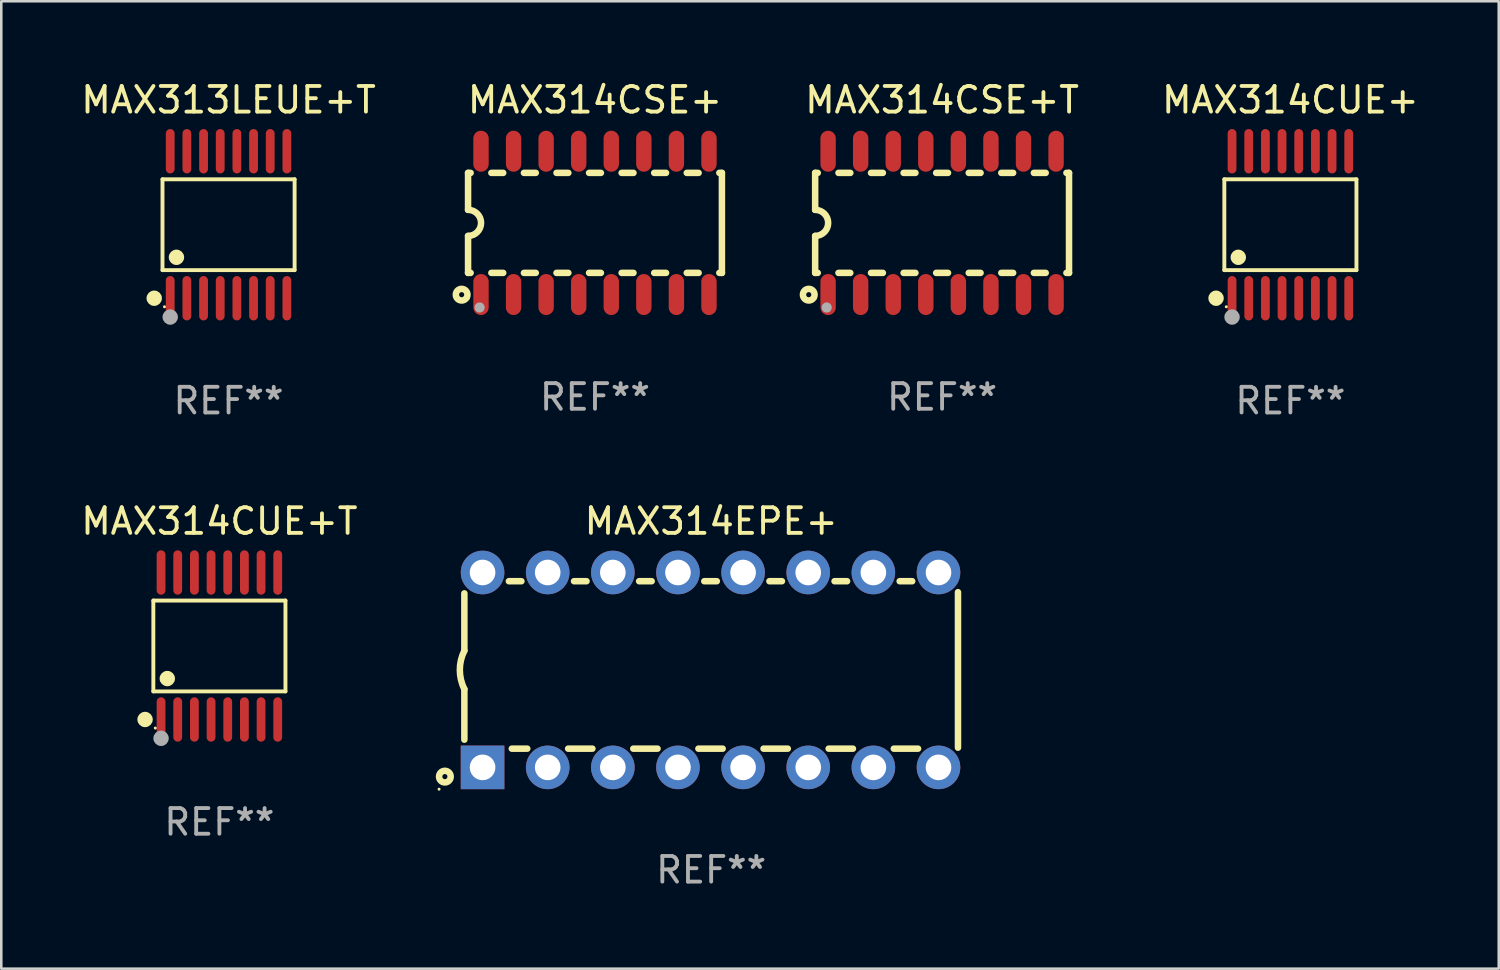
<source format=kicad_pcb>
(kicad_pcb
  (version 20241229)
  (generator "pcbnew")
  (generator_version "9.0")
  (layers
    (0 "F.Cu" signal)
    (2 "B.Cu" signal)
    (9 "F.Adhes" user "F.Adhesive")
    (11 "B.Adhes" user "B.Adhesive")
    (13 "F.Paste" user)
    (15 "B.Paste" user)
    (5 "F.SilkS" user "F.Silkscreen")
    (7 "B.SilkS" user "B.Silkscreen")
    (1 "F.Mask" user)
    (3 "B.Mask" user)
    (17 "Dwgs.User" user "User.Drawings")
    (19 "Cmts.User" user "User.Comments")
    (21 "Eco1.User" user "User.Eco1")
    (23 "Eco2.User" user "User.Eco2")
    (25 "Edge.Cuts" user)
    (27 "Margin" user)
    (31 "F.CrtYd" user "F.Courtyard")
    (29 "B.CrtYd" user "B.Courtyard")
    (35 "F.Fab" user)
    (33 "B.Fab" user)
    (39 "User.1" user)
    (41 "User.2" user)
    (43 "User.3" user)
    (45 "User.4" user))
  (footprint "MAX314CSE+T"
    (layer "F.Cu")
    (at 33.689 5.642)
    (property "Reference" "MAX314CSE+T" (at 0 -4.794 0) (layer "F.SilkS") (effects (font (size 1 1) (thickness 0.15))))
    (attr through_hole)
    (fp_line (start -4.95 -1.95) (end -4.95 -0.508) (stroke (width 0.254) (type solid)) (layer "F.SilkS"))
    (fp_line (start -4.95 -1.95) (end -4.849 -1.95) (stroke (width 0.254) (type solid)) (layer "F.SilkS"))
    (fp_line (start -4.95 1.95) (end -4.95 0.508) (stroke (width 0.254) (type solid)) (layer "F.SilkS"))
    (fp_line (start -4.95 1.95) (end -4.849 1.95) (stroke (width 0.254) (type solid)) (layer "F.SilkS"))
    (fp_line (start -4.041 -1.95) (end -3.579 -1.95) (stroke (width 0.254) (type solid)) (layer "F.SilkS"))
    (fp_line (start -4.041 1.95) (end -3.579 1.95) (stroke (width 0.254) (type solid)) (layer "F.SilkS"))
    (fp_line (start -2.771 -1.95) (end -2.309 -1.95) (stroke (width 0.254) (type solid)) (layer "F.SilkS"))
    (fp_line (start -2.771 1.95) (end -2.309 1.95) (stroke (width 0.254) (type solid)) (layer "F.SilkS"))
    (fp_line (start -1.501 -1.95) (end -1.039 -1.95) (stroke (width 0.254) (type solid)) (layer "F.SilkS"))
    (fp_line (start -1.501 1.95) (end -1.039 1.95) (stroke (width 0.254) (type solid)) (layer "F.SilkS"))
    (fp_line (start -0.231 -1.95) (end 0.231 -1.95) (stroke (width 0.254) (type solid)) (layer "F.SilkS"))
    (fp_line (start -0.231 1.95) (end 0.231 1.95) (stroke (width 0.254) (type solid)) (layer "F.SilkS"))
    (fp_line (start 1.039 -1.95) (end 1.501 -1.95) (stroke (width 0.254) (type solid)) (layer "F.SilkS"))
    (fp_line (start 1.039 1.95) (end 1.501 1.95) (stroke (width 0.254) (type solid)) (layer "F.SilkS"))
    (fp_line (start 2.309 -1.95) (end 2.771 -1.95) (stroke (width 0.254) (type solid)) (layer "F.SilkS"))
    (fp_line (start 2.309 1.95) (end 2.771 1.95) (stroke (width 0.254) (type solid)) (layer "F.SilkS"))
    (fp_line (start 3.579 -1.95) (end 4.041 -1.95) (stroke (width 0.254) (type solid)) (layer "F.SilkS"))
    (fp_line (start 3.579 1.95) (end 4.041 1.95) (stroke (width 0.254) (type solid)) (layer "F.SilkS"))
    (fp_line (start 4.849 -1.95) (end 4.95 -1.95) (stroke (width 0.254) (type solid)) (layer "F.SilkS"))
    (fp_line (start 4.849 1.95) (end 4.95 1.95) (stroke (width 0.254) (type solid)) (layer "F.SilkS"))
    (fp_line (start 4.95 -1.95) (end 4.95 1.95) (stroke (width 0.254) (type solid)) (layer "F.SilkS"))
    (fp_arc (start -4.95047 -0.508001) (mid -4.442469 -0.000228) (end -4.950013 0.508001) (stroke (width 0.254001) (type solid)) (layer "F.SilkS"))
    (fp_circle (center -5.2 2.8) (end -5.1 2.8) (stroke (width 0.254) (type solid)) (fill no) (layer "F.SilkS"))
    (fp_circle (center -4.95 2.947) (end -4.92 2.947) (stroke (width 0.06) (type solid)) (fill no) (layer "F.SilkS"))
    (fp_circle (center -4.5 3.3) (end -4.4 3.3) (stroke (width 0.2) (type solid)) (fill no) (layer "F.Fab"))
    (fp_text user "REF**" (at 0 6.794 0) (layer "F.Fab") (effects (font (size 1 1) (thickness 0.15))))
    (pad "1" smd oval (at -4.445 2.794) (size 0.6 1.6) (layers "F.Cu" "F.Mask" "F.Paste"))
    (pad "2" smd oval (at -3.175 2.794) (size 0.6 1.6) (layers "F.Cu" "F.Mask" "F.Paste"))
    (pad "3" smd oval (at -1.905 2.794) (size 0.6 1.6) (layers "F.Cu" "F.Mask" "F.Paste"))
    (pad "4" smd oval (at -0.635 2.794) (size 0.6 1.6) (layers "F.Cu" "F.Mask" "F.Paste"))
    (pad "5" smd oval (at 0.635 2.794) (size 0.6 1.6) (layers "F.Cu" "F.Mask" "F.Paste"))
    (pad "6" smd oval (at 1.905 2.794) (size 0.6 1.6) (layers "F.Cu" "F.Mask" "F.Paste"))
    (pad "7" smd oval (at 3.175 2.794) (size 0.6 1.6) (layers "F.Cu" "F.Mask" "F.Paste"))
    (pad "8" smd oval (at 4.445 2.794) (size 0.6 1.6) (layers "F.Cu" "F.Mask" "F.Paste"))
    (pad "9" smd oval (at 4.445 -2.794) (size 0.6 1.6) (layers "F.Cu" "F.Mask" "F.Paste"))
    (pad "10" smd oval (at 3.175 -2.794) (size 0.6 1.6) (layers "F.Cu" "F.Mask" "F.Paste"))
    (pad "11" smd oval (at 1.905 -2.794) (size 0.6 1.6) (layers "F.Cu" "F.Mask" "F.Paste"))
    (pad "12" smd oval (at 0.635 -2.794) (size 0.6 1.6) (layers "F.Cu" "F.Mask" "F.Paste"))
    (pad "13" smd oval (at -0.635 -2.794) (size 0.6 1.6) (layers "F.Cu" "F.Mask" "F.Paste"))
    (pad "14" smd oval (at -1.905 -2.794) (size 0.6 1.6) (layers "F.Cu" "F.Mask" "F.Paste"))
    (pad "15" smd oval (at -3.175 -2.794) (size 0.6 1.6) (layers "F.Cu" "F.Mask" "F.Paste"))
    (pad "16" smd oval (at -4.445 -2.794) (size 0.6 1.6) (layers "F.Cu" "F.Mask" "F.Paste")))
  (footprint "MAX314EPE+"
    (layer "F.Cu")
    (at 24.684 23.076)
    (property "Reference" "MAX314EPE+" (at 0 -5.8 0) (layer "F.SilkS") (effects (font (size 1 1) (thickness 0.15))))
    (attr through_hole)
    (fp_line (start -9.625 -0.75) (end -9.625 -2.986) (stroke (width 0.254) (type solid)) (layer "F.SilkS"))
    (fp_line (start -9.625 0.749) (end -9.625 2.719) (stroke (width 0.254) (type solid)) (layer "F.SilkS"))
    (fp_line (start -7.889 -3.46) (end -7.401 -3.46) (stroke (width 0.254) (type solid)) (layer "F.SilkS"))
    (fp_line (start -7.775 3.07) (end -7.172 3.07) (stroke (width 0.254) (type solid)) (layer "F.SilkS"))
    (fp_line (start -5.578 3.07) (end -4.632 3.07) (stroke (width 0.254) (type solid)) (layer "F.SilkS"))
    (fp_line (start -5.349 -3.46) (end -4.861 -3.46) (stroke (width 0.254) (type solid)) (layer "F.SilkS"))
    (fp_line (start -3.038 3.07) (end -2.092 3.07) (stroke (width 0.254) (type solid)) (layer "F.SilkS"))
    (fp_line (start -2.809 -3.46) (end -2.321 -3.46) (stroke (width 0.254) (type solid)) (layer "F.SilkS"))
    (fp_line (start -0.498 3.07) (end 0.448 3.07) (stroke (width 0.254) (type solid)) (layer "F.SilkS"))
    (fp_line (start -0.269 -3.46) (end 0.219 -3.46) (stroke (width 0.254) (type solid)) (layer "F.SilkS"))
    (fp_line (start 2.042 3.07) (end 2.988 3.07) (stroke (width 0.254) (type solid)) (layer "F.SilkS"))
    (fp_line (start 2.271 -3.46) (end 2.759 -3.46) (stroke (width 0.254) (type solid)) (layer "F.SilkS"))
    (fp_line (start 4.582 3.07) (end 5.528 3.07) (stroke (width 0.254) (type solid)) (layer "F.SilkS"))
    (fp_line (start 4.811 -3.46) (end 5.299 -3.46) (stroke (width 0.254) (type solid)) (layer "F.SilkS"))
    (fp_line (start 7.122 3.07) (end 8.068 3.07) (stroke (width 0.254) (type solid)) (layer "F.SilkS"))
    (fp_line (start 7.351 -3.46) (end 7.839 -3.46) (stroke (width 0.254) (type solid)) (layer "F.SilkS"))
    (fp_line (start 9.625 3.032) (end 9.625 -3.032) (stroke (width 0.254) (type solid)) (layer "F.SilkS"))
    (fp_arc (start -9.624993 0.748819) (mid -9.801912 -0.000581) (end -9.625019 -0.749987) (stroke (width 0.254001) (type solid)) (layer "F.SilkS"))
    (fp_circle (center -10.612 4.65) (end -10.582 4.65) (stroke (width 0.06) (type solid)) (fill no) (layer "F.SilkS"))
    (fp_circle (center -10.385 4.16) (end -10.285 4.16) (stroke (width 0.254) (type solid)) (fill no) (layer "F.SilkS"))
    (fp_text user "REF**" (at 0 7.8 0) (layer "F.Fab") (effects (font (size 1 1) (thickness 0.15))))
    (pad "1" thru_hole rect (at -8.915 3.8 90) (size 1.7 1.7) (drill 1) (layers "*.Cu" "*.Mask"))
    (pad "2" thru_hole circle (at -6.375 3.8) (size 1.7 1.7) (drill 1) (layers "*.Cu" "*.Mask"))
    (pad "3" thru_hole circle (at -3.835 3.8) (size 1.7 1.7) (drill 1) (layers "*.Cu" "*.Mask"))
    (pad "4" thru_hole circle (at -1.295 3.8) (size 1.7 1.7) (drill 1) (layers "*.Cu" "*.Mask"))
    (pad "5" thru_hole circle (at 1.245 3.8) (size 1.7 1.7) (drill 1) (layers "*.Cu" "*.Mask"))
    (pad "6" thru_hole circle (at 3.785 3.8) (size 1.7 1.7) (drill 1) (layers "*.Cu" "*.Mask"))
    (pad "7" thru_hole circle (at 6.325 3.8) (size 1.7 1.7) (drill 1) (layers "*.Cu" "*.Mask"))
    (pad "8" thru_hole circle (at 8.865 3.8) (size 1.7 1.7) (drill 1) (layers "*.Cu" "*.Mask"))
    (pad "9" thru_hole circle (at 8.865 -3.8) (size 1.7 1.7) (drill 1) (layers "*.Cu" "*.Mask"))
    (pad "10" thru_hole circle (at 6.325 -3.8) (size 1.7 1.7) (drill 1) (layers "*.Cu" "*.Mask"))
    (pad "11" thru_hole circle (at 3.785 -3.8) (size 1.7 1.7) (drill 1) (layers "*.Cu" "*.Mask"))
    (pad "12" thru_hole circle (at 1.245 -3.8) (size 1.7 1.7) (drill 1) (layers "*.Cu" "*.Mask"))
    (pad "13" thru_hole circle (at -1.295 -3.8) (size 1.7 1.7) (drill 1) (layers "*.Cu" "*.Mask"))
    (pad "14" thru_hole circle (at -3.835 -3.8) (size 1.7 1.7) (drill 1) (layers "*.Cu" "*.Mask"))
    (pad "15" thru_hole circle (at -6.375 -3.8) (size 1.7 1.7) (drill 1) (layers "*.Cu" "*.Mask"))
    (pad "16" thru_hole circle (at -8.915 -3.8) (size 1.7 1.7) (drill 1) (layers "*.Cu" "*.Mask")))
  (footprint "MAX314CSE+"
    (layer "F.Cu")
    (at 20.153 5.642)
    (property "Reference" "MAX314CSE+" (at 0 -4.794 0) (layer "F.SilkS") (effects (font (size 1 1) (thickness 0.15))))
    (attr through_hole)
    (fp_line (start -4.95 -1.95) (end -4.95 -0.508) (stroke (width 0.254) (type solid)) (layer "F.SilkS"))
    (fp_line (start -4.95 -1.95) (end -4.849 -1.95) (stroke (width 0.254) (type solid)) (layer "F.SilkS"))
    (fp_line (start -4.95 1.95) (end -4.95 0.508) (stroke (width 0.254) (type solid)) (layer "F.SilkS"))
    (fp_line (start -4.95 1.95) (end -4.849 1.95) (stroke (width 0.254) (type solid)) (layer "F.SilkS"))
    (fp_line (start -4.041 -1.95) (end -3.579 -1.95) (stroke (width 0.254) (type solid)) (layer "F.SilkS"))
    (fp_line (start -4.041 1.95) (end -3.579 1.95) (stroke (width 0.254) (type solid)) (layer "F.SilkS"))
    (fp_line (start -2.771 -1.95) (end -2.309 -1.95) (stroke (width 0.254) (type solid)) (layer "F.SilkS"))
    (fp_line (start -2.771 1.95) (end -2.309 1.95) (stroke (width 0.254) (type solid)) (layer "F.SilkS"))
    (fp_line (start -1.501 -1.95) (end -1.039 -1.95) (stroke (width 0.254) (type solid)) (layer "F.SilkS"))
    (fp_line (start -1.501 1.95) (end -1.039 1.95) (stroke (width 0.254) (type solid)) (layer "F.SilkS"))
    (fp_line (start -0.231 -1.95) (end 0.231 -1.95) (stroke (width 0.254) (type solid)) (layer "F.SilkS"))
    (fp_line (start -0.231 1.95) (end 0.231 1.95) (stroke (width 0.254) (type solid)) (layer "F.SilkS"))
    (fp_line (start 1.039 -1.95) (end 1.501 -1.95) (stroke (width 0.254) (type solid)) (layer "F.SilkS"))
    (fp_line (start 1.039 1.95) (end 1.501 1.95) (stroke (width 0.254) (type solid)) (layer "F.SilkS"))
    (fp_line (start 2.309 -1.95) (end 2.771 -1.95) (stroke (width 0.254) (type solid)) (layer "F.SilkS"))
    (fp_line (start 2.309 1.95) (end 2.771 1.95) (stroke (width 0.254) (type solid)) (layer "F.SilkS"))
    (fp_line (start 3.579 -1.95) (end 4.041 -1.95) (stroke (width 0.254) (type solid)) (layer "F.SilkS"))
    (fp_line (start 3.579 1.95) (end 4.041 1.95) (stroke (width 0.254) (type solid)) (layer "F.SilkS"))
    (fp_line (start 4.849 -1.95) (end 4.95 -1.95) (stroke (width 0.254) (type solid)) (layer "F.SilkS"))
    (fp_line (start 4.849 1.95) (end 4.95 1.95) (stroke (width 0.254) (type solid)) (layer "F.SilkS"))
    (fp_line (start 4.95 -1.95) (end 4.95 1.95) (stroke (width 0.254) (type solid)) (layer "F.SilkS"))
    (fp_arc (start -4.95047 -0.508001) (mid -4.442469 -0.000228) (end -4.950013 0.508001) (stroke (width 0.254001) (type solid)) (layer "F.SilkS"))
    (fp_circle (center -5.2 2.8) (end -5.1 2.8) (stroke (width 0.254) (type solid)) (fill no) (layer "F.SilkS"))
    (fp_circle (center -4.95 2.947) (end -4.92 2.947) (stroke (width 0.06) (type solid)) (fill no) (layer "F.SilkS"))
    (fp_circle (center -4.5 3.3) (end -4.4 3.3) (stroke (width 0.2) (type solid)) (fill no) (layer "F.Fab"))
    (fp_text user "REF**" (at 0 6.794 0) (layer "F.Fab") (effects (font (size 1 1) (thickness 0.15))))
    (pad "1" smd oval (at -4.445 2.794) (size 0.6 1.6) (layers "F.Cu" "F.Mask" "F.Paste"))
    (pad "2" smd oval (at -3.175 2.794) (size 0.6 1.6) (layers "F.Cu" "F.Mask" "F.Paste"))
    (pad "3" smd oval (at -1.905 2.794) (size 0.6 1.6) (layers "F.Cu" "F.Mask" "F.Paste"))
    (pad "4" smd oval (at -0.635 2.794) (size 0.6 1.6) (layers "F.Cu" "F.Mask" "F.Paste"))
    (pad "5" smd oval (at 0.635 2.794) (size 0.6 1.6) (layers "F.Cu" "F.Mask" "F.Paste"))
    (pad "6" smd oval (at 1.905 2.794) (size 0.6 1.6) (layers "F.Cu" "F.Mask" "F.Paste"))
    (pad "7" smd oval (at 3.175 2.794) (size 0.6 1.6) (layers "F.Cu" "F.Mask" "F.Paste"))
    (pad "8" smd oval (at 4.445 2.794) (size 0.6 1.6) (layers "F.Cu" "F.Mask" "F.Paste"))
    (pad "9" smd oval (at 4.445 -2.794) (size 0.6 1.6) (layers "F.Cu" "F.Mask" "F.Paste"))
    (pad "10" smd oval (at 3.175 -2.794) (size 0.6 1.6) (layers "F.Cu" "F.Mask" "F.Paste"))
    (pad "11" smd oval (at 1.905 -2.794) (size 0.6 1.6) (layers "F.Cu" "F.Mask" "F.Paste"))
    (pad "12" smd oval (at 0.635 -2.794) (size 0.6 1.6) (layers "F.Cu" "F.Mask" "F.Paste"))
    (pad "13" smd oval (at -0.635 -2.794) (size 0.6 1.6) (layers "F.Cu" "F.Mask" "F.Paste"))
    (pad "14" smd oval (at -1.905 -2.794) (size 0.6 1.6) (layers "F.Cu" "F.Mask" "F.Paste"))
    (pad "15" smd oval (at -3.175 -2.794) (size 0.6 1.6) (layers "F.Cu" "F.Mask" "F.Paste"))
    (pad "16" smd oval (at -4.445 -2.794) (size 0.6 1.6) (layers "F.Cu" "F.Mask" "F.Paste")))
  (footprint "MAX313LEUE+T"
    (layer "F.Cu")
    (at 5.863 5.714)
    (property "Reference" "MAX313LEUE+T" (at 0 -4.866 0) (layer "F.SilkS") (effects (font (size 1 1) (thickness 0.15))))
    (attr through_hole)
    (fp_line (start -2.576 -1.772) (end 2.576 -1.772) (stroke (width 0.152) (type solid)) (layer "F.SilkS"))
    (fp_line (start -2.576 1.771) (end -2.576 -1.772) (stroke (width 0.152) (type solid)) (layer "F.SilkS"))
    (fp_line (start 2.576 -1.772) (end 2.576 1.771) (stroke (width 0.152) (type solid)) (layer "F.SilkS"))
    (fp_line (start 2.576 1.771) (end -2.576 1.771) (stroke (width 0.152) (type solid)) (layer "F.SilkS"))
    (fp_circle (center -2.899 2.866) (end -2.749 2.866) (stroke (width 0.3) (type solid)) (fill no) (layer "F.SilkS"))
    (fp_circle (center -2.5 3.2) (end -2.47 3.2) (stroke (width 0.06) (type solid)) (fill no) (layer "F.SilkS"))
    (fp_circle (center -2.032 1.27) (end -1.882 1.27) (stroke (width 0.3) (type solid)) (fill no) (layer "F.SilkS"))
    (fp_circle (center -2.275 3.6) (end -2.125 3.6) (stroke (width 0.3) (type solid)) (fill no) (layer "F.Fab"))
    (fp_text user "REF**" (at 0 6.866 0) (layer "F.Fab") (effects (font (size 1 1) (thickness 0.15))))
    (pad "1" smd oval (at -2.275 2.866) (size 0.343 1.731) (layers "F.Cu" "F.Mask" "F.Paste"))
    (pad "2" smd oval (at -1.625 2.866) (size 0.343 1.731) (layers "F.Cu" "F.Mask" "F.Paste"))
    (pad "3" smd oval (at -0.975 2.866) (size 0.343 1.731) (layers "F.Cu" "F.Mask" "F.Paste"))
    (pad "4" smd oval (at -0.325 2.866) (size 0.343 1.731) (layers "F.Cu" "F.Mask" "F.Paste"))
    (pad "5" smd oval (at 0.325 2.866) (size 0.343 1.731) (layers "F.Cu" "F.Mask" "F.Paste"))
    (pad "6" smd oval (at 0.975 2.866) (size 0.343 1.731) (layers "F.Cu" "F.Mask" "F.Paste"))
    (pad "7" smd oval (at 1.625 2.866) (size 0.343 1.731) (layers "F.Cu" "F.Mask" "F.Paste"))
    (pad "8" smd oval (at 2.275 2.866) (size 0.343 1.731) (layers "F.Cu" "F.Mask" "F.Paste"))
    (pad "9" smd oval (at 2.275 -2.866) (size 0.343 1.731) (layers "F.Cu" "F.Mask" "F.Paste"))
    (pad "10" smd oval (at 1.625 -2.866) (size 0.343 1.731) (layers "F.Cu" "F.Mask" "F.Paste"))
    (pad "11" smd oval (at 0.975 -2.866) (size 0.343 1.731) (layers "F.Cu" "F.Mask" "F.Paste"))
    (pad "12" smd oval (at 0.325 -2.866) (size 0.343 1.731) (layers "F.Cu" "F.Mask" "F.Paste"))
    (pad "13" smd oval (at -0.325 -2.866) (size 0.343 1.731) (layers "F.Cu" "F.Mask" "F.Paste"))
    (pad "14" smd oval (at -0.975 -2.866) (size 0.343 1.731) (layers "F.Cu" "F.Mask" "F.Paste"))
    (pad "15" smd oval (at -1.625 -2.866) (size 0.343 1.731) (layers "F.Cu" "F.Mask" "F.Paste"))
    (pad "16" smd oval (at -2.275 -2.866) (size 0.343 1.731) (layers "F.Cu" "F.Mask" "F.Paste")))
  (footprint "MAX314CUE+T"
    (layer "F.Cu")
    (at 5.506 22.142)
    (property "Reference" "MAX314CUE+T" (at 0 -4.866 0) (layer "F.SilkS") (effects (font (size 1 1) (thickness 0.15))))
    (attr through_hole)
    (fp_line (start -2.576 -1.772) (end 2.576 -1.772) (stroke (width 0.152) (type solid)) (layer "F.SilkS"))
    (fp_line (start -2.576 1.771) (end -2.576 -1.772) (stroke (width 0.152) (type solid)) (layer "F.SilkS"))
    (fp_line (start 2.576 -1.772) (end 2.576 1.771) (stroke (width 0.152) (type solid)) (layer "F.SilkS"))
    (fp_line (start 2.576 1.771) (end -2.576 1.771) (stroke (width 0.152) (type solid)) (layer "F.SilkS"))
    (fp_circle (center -2.899 2.866) (end -2.749 2.866) (stroke (width 0.3) (type solid)) (fill no) (layer "F.SilkS"))
    (fp_circle (center -2.5 3.2) (end -2.47 3.2) (stroke (width 0.06) (type solid)) (fill no) (layer "F.SilkS"))
    (fp_circle (center -2.032 1.27) (end -1.882 1.27) (stroke (width 0.3) (type solid)) (fill no) (layer "F.SilkS"))
    (fp_circle (center -2.275 3.6) (end -2.125 3.6) (stroke (width 0.3) (type solid)) (fill no) (layer "F.Fab"))
    (fp_text user "REF**" (at 0 6.866 0) (layer "F.Fab") (effects (font (size 1 1) (thickness 0.15))))
    (pad "1" smd oval (at -2.275 2.866) (size 0.343 1.731) (layers "F.Cu" "F.Mask" "F.Paste"))
    (pad "2" smd oval (at -1.625 2.866) (size 0.343 1.731) (layers "F.Cu" "F.Mask" "F.Paste"))
    (pad "3" smd oval (at -0.975 2.866) (size 0.343 1.731) (layers "F.Cu" "F.Mask" "F.Paste"))
    (pad "4" smd oval (at -0.325 2.866) (size 0.343 1.731) (layers "F.Cu" "F.Mask" "F.Paste"))
    (pad "5" smd oval (at 0.325 2.866) (size 0.343 1.731) (layers "F.Cu" "F.Mask" "F.Paste"))
    (pad "6" smd oval (at 0.975 2.866) (size 0.343 1.731) (layers "F.Cu" "F.Mask" "F.Paste"))
    (pad "7" smd oval (at 1.625 2.866) (size 0.343 1.731) (layers "F.Cu" "F.Mask" "F.Paste"))
    (pad "8" smd oval (at 2.275 2.866) (size 0.343 1.731) (layers "F.Cu" "F.Mask" "F.Paste"))
    (pad "9" smd oval (at 2.275 -2.866) (size 0.343 1.731) (layers "F.Cu" "F.Mask" "F.Paste"))
    (pad "10" smd oval (at 1.625 -2.866) (size 0.343 1.731) (layers "F.Cu" "F.Mask" "F.Paste"))
    (pad "11" smd oval (at 0.975 -2.866) (size 0.343 1.731) (layers "F.Cu" "F.Mask" "F.Paste"))
    (pad "12" smd oval (at 0.325 -2.866) (size 0.343 1.731) (layers "F.Cu" "F.Mask" "F.Paste"))
    (pad "13" smd oval (at -0.325 -2.866) (size 0.343 1.731) (layers "F.Cu" "F.Mask" "F.Paste"))
    (pad "14" smd oval (at -0.975 -2.866) (size 0.343 1.731) (layers "F.Cu" "F.Mask" "F.Paste"))
    (pad "15" smd oval (at -1.625 -2.866) (size 0.343 1.731) (layers "F.Cu" "F.Mask" "F.Paste"))
    (pad "16" smd oval (at -2.275 -2.866) (size 0.343 1.731) (layers "F.Cu" "F.Mask" "F.Paste")))
  (footprint "MAX314CUE+"
    (layer "F.Cu")
    (at 47.272 5.714)
    (property "Reference" "MAX314CUE+" (at 0 -4.866 0) (layer "F.SilkS") (effects (font (size 1 1) (thickness 0.15))))
    (attr through_hole)
    (fp_line (start -2.576 -1.772) (end 2.576 -1.772) (stroke (width 0.152) (type solid)) (layer "F.SilkS"))
    (fp_line (start -2.576 1.771) (end -2.576 -1.772) (stroke (width 0.152) (type solid)) (layer "F.SilkS"))
    (fp_line (start 2.576 -1.772) (end 2.576 1.771) (stroke (width 0.152) (type solid)) (layer "F.SilkS"))
    (fp_line (start 2.576 1.771) (end -2.576 1.771) (stroke (width 0.152) (type solid)) (layer "F.SilkS"))
    (fp_circle (center -2.899 2.866) (end -2.749 2.866) (stroke (width 0.3) (type solid)) (fill no) (layer "F.SilkS"))
    (fp_circle (center -2.5 3.2) (end -2.47 3.2) (stroke (width 0.06) (type solid)) (fill no) (layer "F.SilkS"))
    (fp_circle (center -2.032 1.27) (end -1.882 1.27) (stroke (width 0.3) (type solid)) (fill no) (layer "F.SilkS"))
    (fp_circle (center -2.275 3.6) (end -2.125 3.6) (stroke (width 0.3) (type solid)) (fill no) (layer "F.Fab"))
    (fp_text user "REF**" (at 0 6.866 0) (layer "F.Fab") (effects (font (size 1 1) (thickness 0.15))))
    (pad "1" smd oval (at -2.275 2.866) (size 0.343 1.731) (layers "F.Cu" "F.Mask" "F.Paste"))
    (pad "2" smd oval (at -1.625 2.866) (size 0.343 1.731) (layers "F.Cu" "F.Mask" "F.Paste"))
    (pad "3" smd oval (at -0.975 2.866) (size 0.343 1.731) (layers "F.Cu" "F.Mask" "F.Paste"))
    (pad "4" smd oval (at -0.325 2.866) (size 0.343 1.731) (layers "F.Cu" "F.Mask" "F.Paste"))
    (pad "5" smd oval (at 0.325 2.866) (size 0.343 1.731) (layers "F.Cu" "F.Mask" "F.Paste"))
    (pad "6" smd oval (at 0.975 2.866) (size 0.343 1.731) (layers "F.Cu" "F.Mask" "F.Paste"))
    (pad "7" smd oval (at 1.625 2.866) (size 0.343 1.731) (layers "F.Cu" "F.Mask" "F.Paste"))
    (pad "8" smd oval (at 2.275 2.866) (size 0.343 1.731) (layers "F.Cu" "F.Mask" "F.Paste"))
    (pad "9" smd oval (at 2.275 -2.866) (size 0.343 1.731) (layers "F.Cu" "F.Mask" "F.Paste"))
    (pad "10" smd oval (at 1.625 -2.866) (size 0.343 1.731) (layers "F.Cu" "F.Mask" "F.Paste"))
    (pad "11" smd oval (at 0.975 -2.866) (size 0.343 1.731) (layers "F.Cu" "F.Mask" "F.Paste"))
    (pad "12" smd oval (at 0.325 -2.866) (size 0.343 1.731) (layers "F.Cu" "F.Mask" "F.Paste"))
    (pad "13" smd oval (at -0.325 -2.866) (size 0.343 1.731) (layers "F.Cu" "F.Mask" "F.Paste"))
    (pad "14" smd oval (at -0.975 -2.866) (size 0.343 1.731) (layers "F.Cu" "F.Mask" "F.Paste"))
    (pad "15" smd oval (at -1.625 -2.866) (size 0.343 1.731) (layers "F.Cu" "F.Mask" "F.Paste"))
    (pad "16" smd oval (at -2.275 -2.866) (size 0.343 1.731) (layers "F.Cu" "F.Mask" "F.Paste")))
  (gr_rect
    (start -3 -3)
    (end 55.397 34.725)
    (stroke (width 0.1) (type default))
    (fill no)
    (layer "Edge.Cuts")))
</source>
